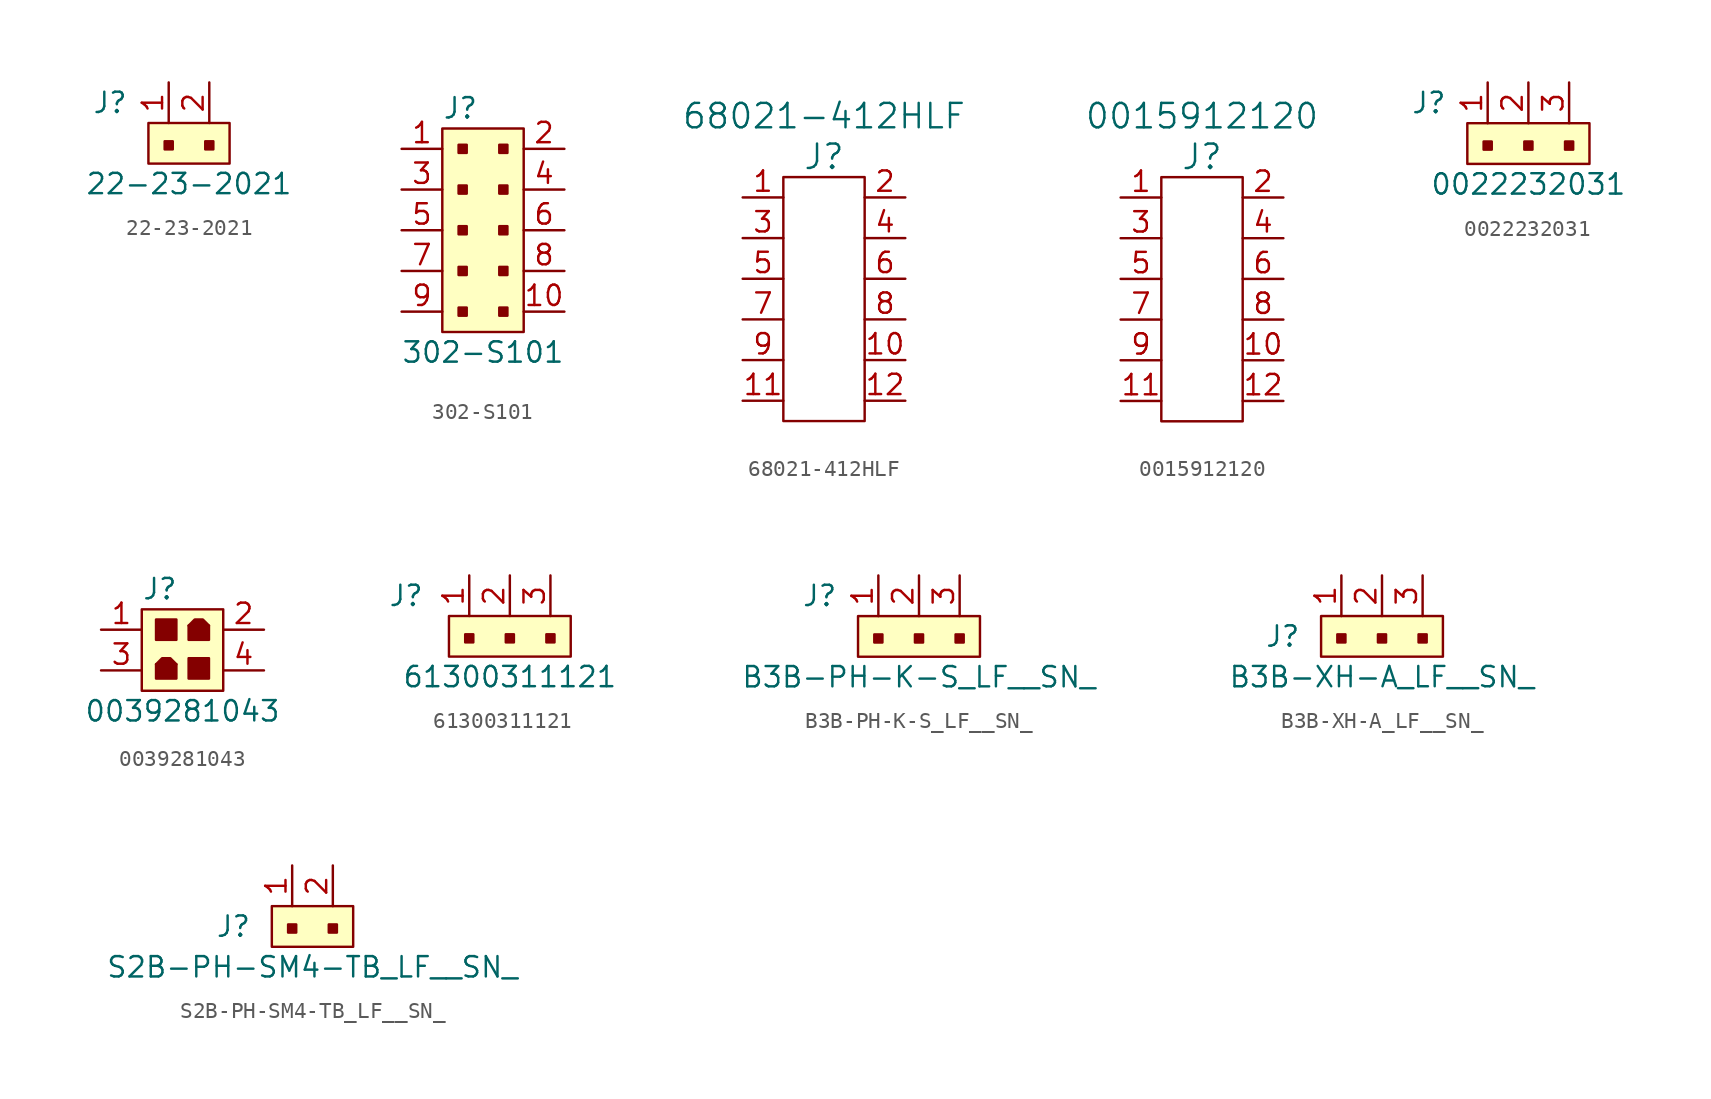
<source format=kicad_sym>
(kicad_symbol_lib
  (version 20220914)
  (generator kicad_symbol_editor)
  (symbol "22-23-2021"
    (pin_names
      (offset 1.016))
    (property "Reference" "J"
      (at -2.54 1.27 0)
      (effects (font (size 1.27 1.27)) (justify right)))
    (property "Value" "22-23-2021"
      (at 1.27 -3.81 0)
      (effects (font (size 1.27 1.27))))
    (symbol "22-23-2021_1_1"
      (rectangle (start -1.27 0) (end 3.81 -2.54) (stroke (width 0) (type default)) (fill (type background)))
      (rectangle (start -0.254 -1.143) (end 0.254 -1.651) (stroke (width 0) (type default)) (fill (type outline)))
      (rectangle (start 2.286 -1.143) (end 2.794 -1.651) (stroke (width 0) (type default)) (fill (type outline)))
      (pin passive line (at 0 2.54 270) (length 2.54) (name "~" (effects (font (size 1.27 1.27)))) (number "1" (effects (font (size 1.27 1.27)))))
      (pin passive line (at 2.54 2.54 270) (length 2.54) (name "~" (effects (font (size 1.27 1.27)))) (number "2" (effects (font (size 1.27 1.27)))))))
  (symbol "302-S101"
    (pin_names
      (offset 1.016))
    (property "Reference" "J"
      (at -2.54 7.62 0)
      (effects (font (size 1.27 1.27)) (justify left)))
    (property "Value" "302-S101"
      (at 0 -7.62 0)
      (effects (font (size 1.27 1.27))))
    (symbol "302-S101_1_1"
      (rectangle (start -2.54 6.35) (end 2.54 -6.35) (stroke (width 0) (type default)) (fill (type background)))
      (rectangle (start -1.524 -4.826) (end -1.016 -5.334) (stroke (width 0) (type default)) (fill (type outline)))
      (rectangle (start -1.524 -2.286) (end -1.016 -2.794) (stroke (width 0) (type default)) (fill (type outline)))
      (rectangle (start -1.524 0.254) (end -1.016 -0.254) (stroke (width 0) (type default)) (fill (type outline)))
      (rectangle (start -1.524 2.794) (end -1.016 2.286) (stroke (width 0) (type default)) (fill (type outline)))
      (rectangle (start -1.524 5.334) (end -1.016 4.826) (stroke (width 0) (type default)) (fill (type outline)))
      (rectangle (start 1.016 -4.826) (end 1.524 -5.334) (stroke (width 0) (type default)) (fill (type outline)))
      (rectangle (start 1.016 -2.286) (end 1.524 -2.794) (stroke (width 0) (type default)) (fill (type outline)))
      (rectangle (start 1.016 0.254) (end 1.524 -0.254) (stroke (width 0) (type default)) (fill (type outline)))
      (rectangle (start 1.016 2.794) (end 1.524 2.286) (stroke (width 0) (type default)) (fill (type outline)))
      (rectangle (start 1.016 5.334) (end 1.524 4.826) (stroke (width 0) (type default)) (fill (type outline)))
      (pin passive line (at -5.08 5.08 0) (length 2.54) (name "~" (effects (font (size 1.27 1.27)))) (number "1" (effects (font (size 1.27 1.27)))))
      (pin passive line (at 5.08 -5.08 180) (length 2.54) (name "~" (effects (font (size 1.27 1.27)))) (number "10" (effects (font (size 1.27 1.27)))))
      (pin passive line (at 5.08 5.08 180) (length 2.54) (name "~" (effects (font (size 1.27 1.27)))) (number "2" (effects (font (size 1.27 1.27)))))
      (pin passive line (at -5.08 2.54 0) (length 2.54) (name "~" (effects (font (size 1.27 1.27)))) (number "3" (effects (font (size 1.27 1.27)))))
      (pin passive line (at 5.08 2.54 180) (length 2.54) (name "~" (effects (font (size 1.27 1.27)))) (number "4" (effects (font (size 1.27 1.27)))))
      (pin passive line (at -5.08 0 0) (length 2.54) (name "~" (effects (font (size 1.27 1.27)))) (number "5" (effects (font (size 1.27 1.27)))))
      (pin passive line (at 5.08 0 180) (length 2.54) (name "~" (effects (font (size 1.27 1.27)))) (number "6" (effects (font (size 1.27 1.27)))))
      (pin passive line (at -5.08 -2.54 0) (length 2.54) (name "~" (effects (font (size 1.27 1.27)))) (number "7" (effects (font (size 1.27 1.27)))))
      (pin passive line (at 5.08 -2.54 180) (length 2.54) (name "~" (effects (font (size 1.27 1.27)))) (number "8" (effects (font (size 1.27 1.27)))))
      (pin passive line (at -5.08 -5.08 0) (length 2.54) (name "~" (effects (font (size 1.27 1.27)))) (number "9" (effects (font (size 1.27 1.27)))))))
  (symbol "68021-412HLF"
    (pin_names
      (offset 1.016))
    (property "Reference" "J"
      (at 0 7.62 0)
      (effects (font (size 1.524 1.524))))
    (property "Value" "68021-412HLF"
      (at 0 10.16 0)
      (effects (font (size 1.524 1.524))))
    (symbol "68021-412HLF_0_1"
      (rectangle (start -2.54 6.35) (end 2.54 -8.89) (stroke (width 0) (type default)) (fill (type none))))
    (symbol "68021-412HLF_1_1"
      (pin passive line (at -5.08 5.08 0) (length 2.54) (name "~" (effects (font (size 1.27 1.27)))) (number "1" (effects (font (size 1.27 1.27)))))
      (pin passive line (at 5.08 -5.08 180) (length 2.54) (name "~" (effects (font (size 1.27 1.27)))) (number "10" (effects (font (size 1.27 1.27)))))
      (pin passive line (at -5.08 -7.62 0) (length 2.54) (name "~" (effects (font (size 1.27 1.27)))) (number "11" (effects (font (size 1.27 1.27)))))
      (pin passive line (at 5.08 -7.62 180) (length 2.54) (name "~" (effects (font (size 1.27 1.27)))) (number "12" (effects (font (size 1.27 1.27)))))
      (pin passive line (at 5.08 5.08 180) (length 2.54) (name "~" (effects (font (size 1.27 1.27)))) (number "2" (effects (font (size 1.27 1.27)))))
      (pin passive line (at -5.08 2.54 0) (length 2.54) (name "~" (effects (font (size 1.27 1.27)))) (number "3" (effects (font (size 1.27 1.27)))))
      (pin passive line (at 5.08 2.54 180) (length 2.54) (name "~" (effects (font (size 1.27 1.27)))) (number "4" (effects (font (size 1.27 1.27)))))
      (pin passive line (at -5.08 0 0) (length 2.54) (name "~" (effects (font (size 1.27 1.27)))) (number "5" (effects (font (size 1.27 1.27)))))
      (pin passive line (at 5.08 0 180) (length 2.54) (name "~" (effects (font (size 1.27 1.27)))) (number "6" (effects (font (size 1.27 1.27)))))
      (pin passive line (at -5.08 -2.54 0) (length 2.54) (name "~" (effects (font (size 1.27 1.27)))) (number "7" (effects (font (size 1.27 1.27)))))
      (pin passive line (at 5.08 -2.54 180) (length 2.54) (name "~" (effects (font (size 1.27 1.27)))) (number "8" (effects (font (size 1.27 1.27)))))
      (pin passive line (at -5.08 -5.08 0) (length 2.54) (name "~" (effects (font (size 1.27 1.27)))) (number "9" (effects (font (size 1.27 1.27)))))))
  (symbol "0015912120"
    (pin_names
      (offset 1.016))
    (property "Reference" "J"
      (at 0 7.62 0)
      (effects (font (size 1.524 1.524))))
    (property "Value" "0015912120"
      (at 0 10.16 0)
      (effects (font (size 1.524 1.524))))
    (symbol "0015912120_0_1"
      (rectangle (start -2.54 6.35) (end 2.54 -8.89) (stroke (width 0) (type default)) (fill (type none))))
    (symbol "0015912120_1_1"
      (pin passive line (at -5.08 5.08 0) (length 2.54) (name "~" (effects (font (size 1.27 1.27)))) (number "1" (effects (font (size 1.27 1.27)))))
      (pin passive line (at 5.08 -5.08 180) (length 2.54) (name "~" (effects (font (size 1.27 1.27)))) (number "10" (effects (font (size 1.27 1.27)))))
      (pin passive line (at -5.08 -7.62 0) (length 2.54) (name "~" (effects (font (size 1.27 1.27)))) (number "11" (effects (font (size 1.27 1.27)))))
      (pin passive line (at 5.08 -7.62 180) (length 2.54) (name "~" (effects (font (size 1.27 1.27)))) (number "12" (effects (font (size 1.27 1.27)))))
      (pin passive line (at 5.08 5.08 180) (length 2.54) (name "~" (effects (font (size 1.27 1.27)))) (number "2" (effects (font (size 1.27 1.27)))))
      (pin passive line (at -5.08 2.54 0) (length 2.54) (name "~" (effects (font (size 1.27 1.27)))) (number "3" (effects (font (size 1.27 1.27)))))
      (pin passive line (at 5.08 2.54 180) (length 2.54) (name "~" (effects (font (size 1.27 1.27)))) (number "4" (effects (font (size 1.27 1.27)))))
      (pin passive line (at -5.08 0 0) (length 2.54) (name "~" (effects (font (size 1.27 1.27)))) (number "5" (effects (font (size 1.27 1.27)))))
      (pin passive line (at 5.08 0 180) (length 2.54) (name "~" (effects (font (size 1.27 1.27)))) (number "6" (effects (font (size 1.27 1.27)))))
      (pin passive line (at -5.08 -2.54 0) (length 2.54) (name "~" (effects (font (size 1.27 1.27)))) (number "7" (effects (font (size 1.27 1.27)))))
      (pin passive line (at 5.08 -2.54 180) (length 2.54) (name "~" (effects (font (size 1.27 1.27)))) (number "8" (effects (font (size 1.27 1.27)))))
      (pin passive line (at -5.08 -5.08 0) (length 2.54) (name "~" (effects (font (size 1.27 1.27)))) (number "9" (effects (font (size 1.27 1.27)))))))
  (symbol "0022232031"
    (pin_names
      (offset 1.016))
    (property "Reference" "J"
      (at -2.54 1.27 0)
      (effects (font (size 1.27 1.27)) (justify right)))
    (property "Value" "0022232031"
      (at 2.54 -3.81 0)
      (effects (font (size 1.27 1.27))))
    (symbol "0022232031_1_1"
      (rectangle (start -1.27 0) (end 6.35 -2.54) (stroke (width 0) (type default)) (fill (type background)))
      (rectangle (start -0.254 -1.143) (end 0.254 -1.651) (stroke (width 0) (type default)) (fill (type outline)))
      (rectangle (start 2.286 -1.143) (end 2.794 -1.651) (stroke (width 0) (type default)) (fill (type outline)))
      (rectangle (start 4.826 -1.143) (end 5.334 -1.651) (stroke (width 0) (type default)) (fill (type outline)))
      (pin passive line (at 0 2.54 270) (length 2.54) (name "~" (effects (font (size 1.27 1.27)))) (number "1" (effects (font (size 1.27 1.27)))))
      (pin passive line (at 2.54 2.54 270) (length 2.54) (name "~" (effects (font (size 1.27 1.27)))) (number "2" (effects (font (size 1.27 1.27)))))
      (pin passive line (at 5.08 2.54 270) (length 2.54) (name "~" (effects (font (size 1.27 1.27)))) (number "3" (effects (font (size 1.27 1.27)))))))
  (symbol "0039281043"
    (pin_names
      (offset 1.016))
    (property "Reference" "J"
      (at -2.54 5.08 0)
      (effects (font (size 1.27 1.27)) (justify left)))
    (property "Value" "0039281043"
      (at 0 -2.54 0)
      (effects (font (size 1.27 1.27))))
    (symbol "0039281043_0_1"
      (polyline (pts (xy -0.381 0.381) (xy -0.762 0.762) (xy -1.27 0.762) (xy -1.651 0.381)) (stroke (width 0) (type default)) (fill (type outline)))
      (polyline (pts (xy 0.381 2.794) (xy 0.762 3.175) (xy 1.27 3.175) (xy 1.651 2.794)) (stroke (width 0) (type default)) (fill (type outline))))
    (symbol "0039281043_1_1"
      (rectangle (start -2.54 3.81) (end 2.54 -1.27) (stroke (width 0) (type default)) (fill (type background)))
      (rectangle (start -1.651 3.175) (end -0.381 1.905) (stroke (width 0) (type default)) (fill (type outline)))
      (rectangle (start -0.381 0.381) (end -1.651 -0.508) (stroke (width 0) (type default)) (fill (type outline)))
      (rectangle (start 0.381 2.794) (end 1.651 1.905) (stroke (width 0) (type default)) (fill (type outline)))
      (rectangle (start 1.651 0.762) (end 0.381 -0.508) (stroke (width 0) (type default)) (fill (type outline)))
      (pin passive line (at -5.08 2.54 0) (length 2.54) (name "~" (effects (font (size 1.27 1.27)))) (number "1" (effects (font (size 1.27 1.27)))))
      (pin passive line (at 5.08 2.54 180) (length 2.54) (name "~" (effects (font (size 1.27 1.27)))) (number "2" (effects (font (size 1.27 1.27)))))
      (pin passive line (at -5.08 0 0) (length 2.54) (name "~" (effects (font (size 1.27 1.27)))) (number "3" (effects (font (size 1.27 1.27)))))
      (pin passive line (at 5.08 0 180) (length 2.54) (name "~" (effects (font (size 1.27 1.27)))) (number "4" (effects (font (size 1.27 1.27)))))))
  (symbol "61300311121"
    (pin_names
      (offset 1.016))
    (property "Reference" "J"
      (at -5.08 2.54 0)
      (effects (font (size 1.27 1.27)) (justify left)))
    (property "Value" "61300311121"
      (at 2.54 -2.54 0)
      (effects (font (size 1.27 1.27))))
    (symbol "61300311121_1_1"
      (rectangle (start -1.27 1.27) (end 6.35 -1.27) (stroke (width 0) (type default)) (fill (type background)))
      (rectangle (start -0.254 0.127) (end 0.254 -0.381) (stroke (width 0) (type default)) (fill (type outline)))
      (rectangle (start 2.286 0.127) (end 2.794 -0.381) (stroke (width 0) (type default)) (fill (type outline)))
      (rectangle (start 4.826 0.127) (end 5.334 -0.381) (stroke (width 0) (type default)) (fill (type outline)))
      (pin passive line (at 0 3.81 270) (length 2.54) (name "~" (effects (font (size 1.27 1.27)))) (number "1" (effects (font (size 1.27 1.27)))))
      (pin passive line (at 2.54 3.81 270) (length 2.54) (name "~" (effects (font (size 1.27 1.27)))) (number "2" (effects (font (size 1.27 1.27)))))
      (pin passive line (at 5.08 3.81 270) (length 2.54) (name "~" (effects (font (size 1.27 1.27)))) (number "3" (effects (font (size 1.27 1.27)))))))
  (symbol "B3B-PH-K-S_LF__SN_"
    (pin_names
      (offset 1.016))
    (property "Reference" "J"
      (at -2.54 2.54 0)
      (effects (font (size 1.27 1.27)) (justify right)))
    (property "Value" "B3B-PH-K-S_LF__SN_"
      (at 2.54 -2.54 0)
      (effects (font (size 1.27 1.27))))
    (symbol "B3B-PH-K-S_LF__SN__1_1"
      (rectangle (start -1.27 1.27) (end 6.35 -1.27) (stroke (width 0) (type default)) (fill (type background)))
      (rectangle (start -0.254 0.127) (end 0.254 -0.381) (stroke (width 0) (type default)) (fill (type outline)))
      (rectangle (start 2.286 0.127) (end 2.794 -0.381) (stroke (width 0) (type default)) (fill (type outline)))
      (rectangle (start 4.826 0.127) (end 5.334 -0.381) (stroke (width 0) (type default)) (fill (type outline)))
      (pin passive line (at 0 3.81 270) (length 2.54) (name "~" (effects (font (size 1.27 1.27)))) (number "1" (effects (font (size 1.27 1.27)))))
      (pin passive line (at 2.54 3.81 270) (length 2.54) (name "~" (effects (font (size 1.27 1.27)))) (number "2" (effects (font (size 1.27 1.27)))))
      (pin passive line (at 5.08 3.81 270) (length 2.54) (name "~" (effects (font (size 1.27 1.27)))) (number "3" (effects (font (size 1.27 1.27)))))))
  (symbol "B3B-XH-A_LF__SN_"
    (pin_names
      (offset 1.016) hide)
    (property "Reference" "J"
      (at -2.54 -1.27 0)
      (effects (font (size 1.27 1.27)) (justify right)))
    (property "Value" "B3B-XH-A_LF__SN_"
      (at 2.54 -3.81 0)
      (effects (font (size 1.27 1.27))))
    (symbol "B3B-XH-A_LF__SN__1_1"
      (rectangle (start -1.27 0) (end 6.35 -2.54) (stroke (width 0) (type default)) (fill (type background)))
      (rectangle (start -0.254 -1.143) (end 0.254 -1.651) (stroke (width 0) (type default)) (fill (type outline)))
      (rectangle (start 2.286 -1.143) (end 2.794 -1.651) (stroke (width 0) (type default)) (fill (type outline)))
      (rectangle (start 4.826 -1.143) (end 5.334 -1.651) (stroke (width 0) (type default)) (fill (type outline)))
      (pin passive line (at 0 2.54 270) (length 2.54) (name "~" (effects (font (size 1.27 1.27)))) (number "1" (effects (font (size 1.27 1.27)))))
      (pin passive line (at 2.54 2.54 270) (length 2.54) (name "~" (effects (font (size 1.27 1.27)))) (number "2" (effects (font (size 1.27 1.27)))))
      (pin passive line (at 5.08 2.54 270) (length 2.54) (name "~" (effects (font (size 1.27 1.27)))) (number "3" (effects (font (size 1.27 1.27)))))))
  (symbol "S2B-PH-SM4-TB_LF__SN_"
    (pin_names
      (offset 1.016))
    (property "Reference" "J"
      (at -2.54 -1.27 0)
      (effects (font (size 1.27 1.27)) (justify right)))
    (property "Value" "S2B-PH-SM4-TB_LF__SN_"
      (at 1.27 -3.81 0)
      (effects (font (size 1.27 1.27))))
    (symbol "S2B-PH-SM4-TB_LF__SN__1_1"
      (rectangle (start -1.27 0) (end 3.81 -2.54) (stroke (width 0) (type default)) (fill (type background)))
      (rectangle (start -0.254 -1.143) (end 0.254 -1.651) (stroke (width 0) (type default)) (fill (type outline)))
      (rectangle (start 2.286 -1.143) (end 2.794 -1.651) (stroke (width 0) (type default)) (fill (type outline)))
      (pin passive line (at 0 2.54 270) (length 2.54) (name "~" (effects (font (size 1.27 1.27)))) (number "1" (effects (font (size 1.27 1.27)))))
      (pin passive line (at 2.54 2.54 270) (length 2.54) (name "~" (effects (font (size 1.27 1.27)))) (number "2" (effects (font (size 1.27 1.27))))))))
</source>
